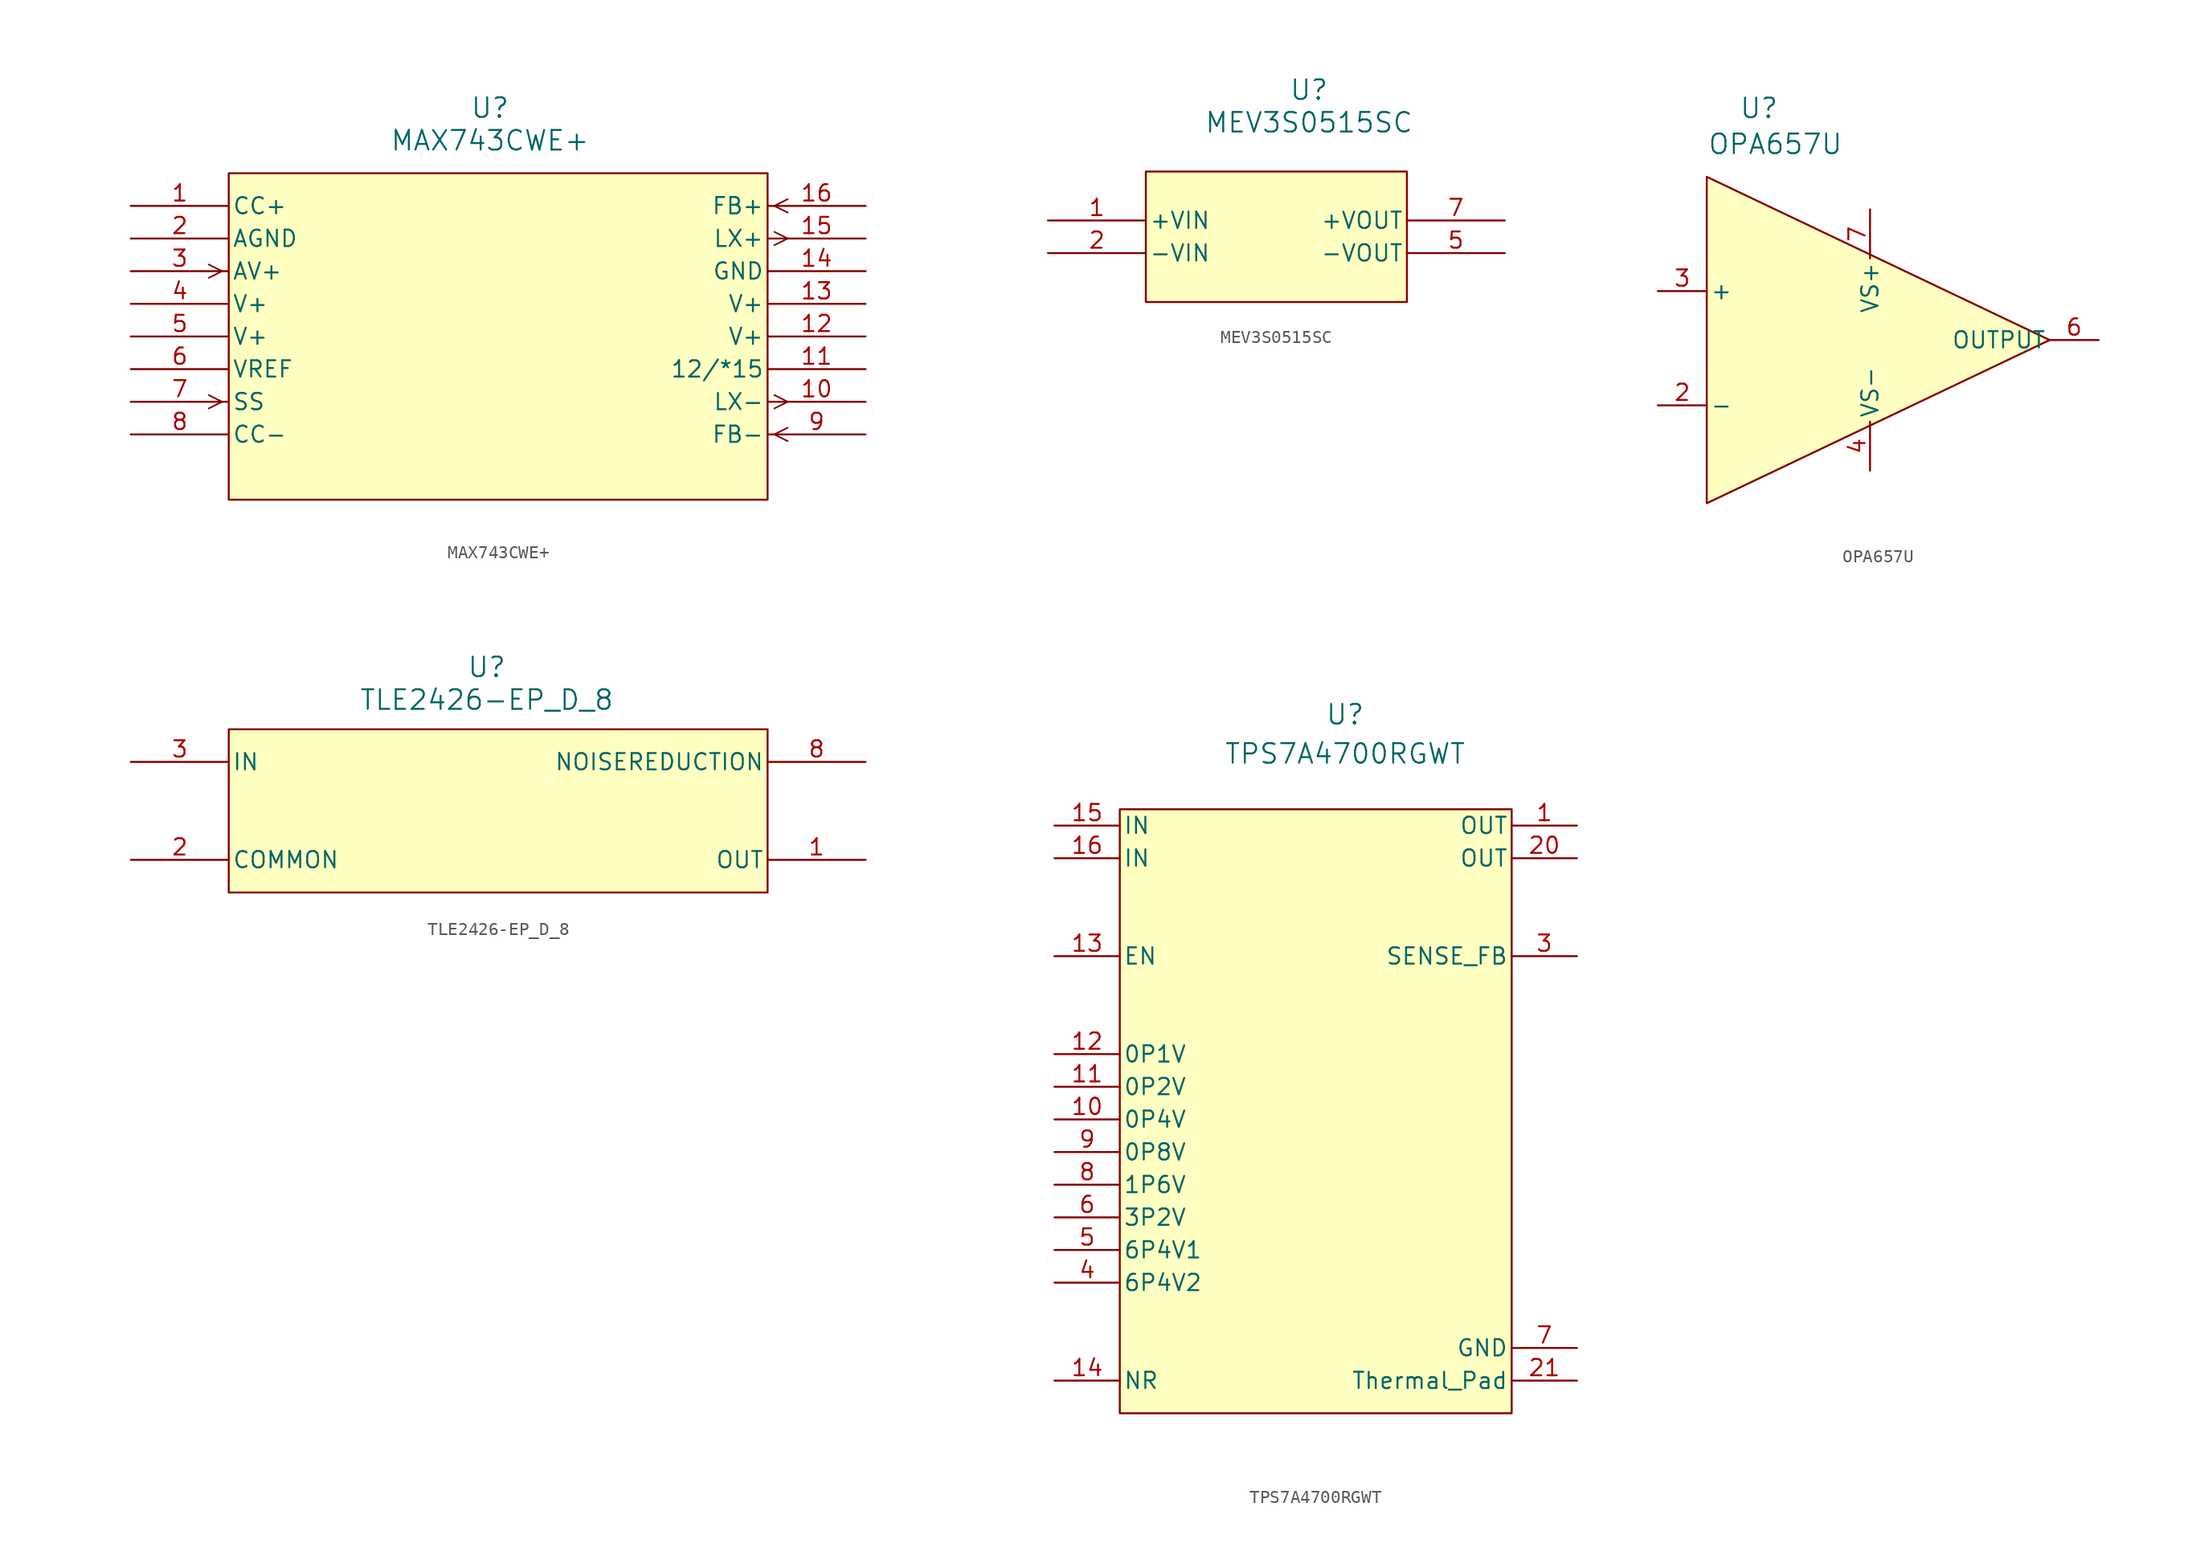
<source format=kicad_sym>
(kicad_symbol_lib
  (version 20241209)
  (generator "kicad_symbol_editor")
  (generator_version "9.0")
  (symbol "MAX743CWE+"
    (pin_names
      (offset 0.254))
    (property "Reference" "U"
      (at 58.42 33.02 0)
      (effects (font (size 1.524 1.524))))
    (property "Value" "MAX743CWE+"
      (at 58.42 30.48 0)
      (effects (font (size 1.524 1.524))))
    (property "ki_locked" ""
      (at 0 0 0)
      (effects (font (size 1.27 1.27))))
    (symbol "MAX743CWE+_0_1"
      (polyline (pts (xy 37.579 20.32) (xy 36.538 20.841)) (stroke (width 0.127) (type default)) (fill (type none)))
      (polyline (pts (xy 37.579 20.32) (xy 36.538 19.799)) (stroke (width 0.127) (type default)) (fill (type none)))
      (polyline (pts (xy 37.579 10.16) (xy 36.538 10.681)) (stroke (width 0.127) (type default)) (fill (type none)))
      (polyline (pts (xy 37.579 10.16) (xy 36.538 9.639)) (stroke (width 0.127) (type default)) (fill (type none)))
      (polyline (pts (xy 80.531 25.4) (xy 81.572 25.921)) (stroke (width 0.127) (type default)) (fill (type none)))
      (polyline (pts (xy 80.531 25.4) (xy 81.572 24.879)) (stroke (width 0.127) (type default)) (fill (type none)))
      (polyline (pts (xy 80.531 23.381) (xy 81.572 22.86)) (stroke (width 0.127) (type default)) (fill (type none)))
      (polyline (pts (xy 80.531 22.339) (xy 81.572 22.86)) (stroke (width 0.127) (type default)) (fill (type none)))
      (polyline (pts (xy 80.531 10.681) (xy 81.572 10.16)) (stroke (width 0.127) (type default)) (fill (type none)))
      (polyline (pts (xy 80.531 9.639) (xy 81.572 10.16)) (stroke (width 0.127) (type default)) (fill (type none)))
      (polyline (pts (xy 80.531 7.62) (xy 81.572 8.141)) (stroke (width 0.127) (type default)) (fill (type none)))
      (polyline (pts (xy 80.531 7.62) (xy 81.572 7.099)) (stroke (width 0.127) (type default)) (fill (type none)))
      (pin unspecified line (at 30.48 25.4 0) (length 7.62) (name "CC+" (effects (font (size 1.27 1.27)))) (number "1" (effects (font (size 1.27 1.27)))))
      (pin power_in line (at 30.48 22.86 0) (length 7.62) (name "AGND" (effects (font (size 1.27 1.27)))) (number "2" (effects (font (size 1.27 1.27)))))
      (pin input line (at 30.48 20.32 0) (length 7.62) (name "AV+" (effects (font (size 1.27 1.27)))) (number "3" (effects (font (size 1.27 1.27)))))
      (pin power_in line (at 30.48 17.78 0) (length 7.62) (name "V+" (effects (font (size 1.27 1.27)))) (number "4" (effects (font (size 1.27 1.27)))))
      (pin power_in line (at 30.48 15.24 0) (length 7.62) (name "V+" (effects (font (size 1.27 1.27)))) (number "5" (effects (font (size 1.27 1.27)))))
      (pin power_in line (at 30.48 12.7 0) (length 7.62) (name "VREF" (effects (font (size 1.27 1.27)))) (number "6" (effects (font (size 1.27 1.27)))))
      (pin input line (at 30.48 10.16 0) (length 7.62) (name "SS" (effects (font (size 1.27 1.27)))) (number "7" (effects (font (size 1.27 1.27)))))
      (pin unspecified line (at 30.48 7.62 0) (length 7.62) (name "CC-" (effects (font (size 1.27 1.27)))) (number "8" (effects (font (size 1.27 1.27)))))
      (pin input line (at 87.63 25.4 180) (length 7.62) (name "FB+" (effects (font (size 1.27 1.27)))) (number "16" (effects (font (size 1.27 1.27)))))
      (pin output line (at 87.63 22.86 180) (length 7.62) (name "LX+" (effects (font (size 1.27 1.27)))) (number "15" (effects (font (size 1.27 1.27)))))
      (pin power_in line (at 87.63 20.32 180) (length 7.62) (name "GND" (effects (font (size 1.27 1.27)))) (number "14" (effects (font (size 1.27 1.27)))))
      (pin power_in line (at 87.63 17.78 180) (length 7.62) (name "V+" (effects (font (size 1.27 1.27)))) (number "13" (effects (font (size 1.27 1.27)))))
      (pin power_in line (at 87.63 15.24 180) (length 7.62) (name "V+" (effects (font (size 1.27 1.27)))) (number "12" (effects (font (size 1.27 1.27)))))
      (pin unspecified line (at 87.63 12.7 180) (length 7.62) (name "12/*15" (effects (font (size 1.27 1.27)))) (number "11" (effects (font (size 1.27 1.27)))))
      (pin output line (at 87.63 10.16 180) (length 7.62) (name "LX-" (effects (font (size 1.27 1.27)))) (number "10" (effects (font (size 1.27 1.27)))))
      (pin input line (at 87.63 7.62 180) (length 7.62) (name "FB-" (effects (font (size 1.27 1.27)))) (number "9" (effects (font (size 1.27 1.27))))))
    (symbol "MAX743CWE+_1_1"
      (rectangle (start 38.1 27.94) (end 80.01 2.54) (stroke (width 0) (type solid)) (fill (type background)))))
  (symbol "MEV3S0515SC"
    (pin_names
      (offset 0.254))
    (property "Reference" "U"
      (at 20.32 10.16 0)
      (effects (font (size 1.524 1.524))))
    (property "Value" "MEV3S0515SC"
      (at 20.32 7.62 0)
      (effects (font (size 1.524 1.524))))
    (property "ki_locked" ""
      (at 0 0 0)
      (effects (font (size 1.27 1.27))))
    (symbol "MEV3S0515SC_0_1"
      (pin power_in line (at 0 0 0) (length 7.62) (name "+VIN" (effects (font (size 1.27 1.27)))) (number "1" (effects (font (size 1.27 1.27)))))
      (pin power_in line (at 0 -2.54 0) (length 7.62) (name "-VIN" (effects (font (size 1.27 1.27)))) (number "2" (effects (font (size 1.27 1.27)))))
      (pin power_in line (at 35.56 0 180) (length 7.62) (name "+VOUT" (effects (font (size 1.27 1.27)))) (number "7" (effects (font (size 1.27 1.27)))))
      (pin power_in line (at 35.56 -2.54 180) (length 7.62) (name "-VOUT" (effects (font (size 1.27 1.27)))) (number "5" (effects (font (size 1.27 1.27))))))
    (symbol "MEV3S0515SC_1_1"
      (rectangle (start 7.62 3.81) (end 27.94 -6.35) (stroke (width 0) (type solid)) (fill (type background)))))
  (symbol "OPA657U"
    (pin_names
      (offset 0.254))
    (property "Reference" "U"
      (at 67.564 33.274 0)
      (effects (font (size 1.524 1.524))))
    (property "Value" "OPA657U"
      (at 68.834 30.48 0)
      (effects (font (size 1.524 1.524))))
    (symbol "OPA657U_1_1"
      (polyline (pts (xy 63.5 27.94) (xy 63.5 2.54) (xy 90.17 15.24) (xy 63.5 27.94)) (stroke (width 0) (type solid)) (fill (type background)))
      (pin input line (at 59.69 19.05 0) (length 3.81) (name "+" (effects (font (size 1.27 1.27)))) (number "3" (effects (font (size 1.27 1.27)))))
      (pin input line (at 59.69 10.16 0) (length 3.81) (name "-" (effects (font (size 1.27 1.27)))) (number "2" (effects (font (size 1.27 1.27)))))
      (pin no_connect line (at 60.96 22.86 0) (length 2.54) (hide yes) (name "NC" (effects (font (size 1.27 1.27)))) (number "8" (effects (font (size 1.27 1.27)))))
      (pin no_connect line (at 60.96 15.24 0) (length 2.54) (hide yes) (name "NC" (effects (font (size 1.27 1.27)))) (number "5" (effects (font (size 1.27 1.27)))))
      (pin no_connect line (at 60.96 6.35 0) (length 2.54) (hide yes) (name "NC" (effects (font (size 1.27 1.27)))) (number "1" (effects (font (size 1.27 1.27)))))
      (pin power_in line (at 76.2 25.4 270) (length 3.81) (name "VS+" (effects (font (size 1.27 1.27)))) (number "7" (effects (font (size 1.27 1.27)))))
      (pin power_in line (at 76.2 5.08 90) (length 3.81) (name "VS-" (effects (font (size 1.27 1.27)))) (number "4" (effects (font (size 1.27 1.27)))))
      (pin output line (at 93.98 15.24 180) (length 3.81) (name "OUTPUT" (effects (font (size 1.27 1.27)))) (number "6" (effects (font (size 1.27 1.27)))))))
  (symbol "TLE2426-EP_D_8"
    (pin_names
      (offset 0.254))
    (property "Reference" "U"
      (at 64.516 12.446 0)
      (effects (font (size 1.524 1.524))))
    (property "Value" "TLE2426-EP_D_8"
      (at 64.516 9.906 0)
      (effects (font (size 1.524 1.524))))
    (property "ki_locked" ""
      (at 0 0 0)
      (effects (font (size 1.27 1.27))))
    (symbol "TLE2426-EP_D_8_0_1"
      (pin input line (at 36.83 5.08 0) (length 7.62) (name "IN" (effects (font (size 1.27 1.27)))) (number "3" (effects (font (size 1.27 1.27)))))
      (pin unspecified line (at 36.83 -2.54 0) (length 7.62) (name "COMMON" (effects (font (size 1.27 1.27)))) (number "2" (effects (font (size 1.27 1.27)))))
      (pin unspecified line (at 93.98 5.08 180) (length 7.62) (name "NOISEREDUCTION" (effects (font (size 1.27 1.27)))) (number "8" (effects (font (size 1.27 1.27)))))
      (pin output line (at 93.98 -2.54 180) (length 7.62) (name "OUT" (effects (font (size 1.27 1.27)))) (number "1" (effects (font (size 1.27 1.27))))))
    (symbol "TLE2426-EP_D_8_1_1"
      (rectangle (start 44.45 7.62) (end 86.36 -5.08) (stroke (width 0) (type solid)) (fill (type background)))
      (pin no_connect line (at 36.83 2.54 0) (length 7.62) (hide yes) (name "NC" (effects (font (size 1.27 1.27)))) (number "4" (effects (font (size 1.27 1.27)))))
      (pin unspecified line (at 36.83 0 0) (length 7.62) (hide yes) (name "NC" (effects (font (size 1.27 1.27)))) (number "5" (effects (font (size 1.27 1.27)))))
      (pin no_connect line (at 93.98 2.54 180) (length 7.62) (hide yes) (name "NC" (effects (font (size 1.27 1.27)))) (number "7" (effects (font (size 1.27 1.27)))))
      (pin no_connect line (at 93.98 0 180) (length 7.62) (hide yes) (name "NC" (effects (font (size 1.27 1.27)))) (number "6" (effects (font (size 1.27 1.27)))))))
  (symbol "TPS7A4700RGWT"
    (pin_names
      (offset 0.254))
    (property "Reference" "U"
      (at 63.246 -20.574 0)
      (effects (font (size 1.524 1.524))))
    (property "Value" "TPS7A4700RGWT"
      (at 63.246 -23.622 0)
      (effects (font (size 1.524 1.524))))
    (property "ki_locked" ""
      (at 0 0 0)
      (effects (font (size 1.27 1.27))))
    (symbol "TPS7A4700RGWT_0_1"
      (pin power_in line (at 40.64 -29.21 0) (length 5.08) (name "IN" (effects (font (size 1.27 1.27)))) (number "15" (effects (font (size 1.27 1.27)))))
      (pin power_in line (at 40.64 -31.75 0) (length 5.08) (name "IN" (effects (font (size 1.27 1.27)))) (number "16" (effects (font (size 1.27 1.27)))))
      (pin input line (at 40.64 -39.37 0) (length 5.08) (name "EN" (effects (font (size 1.27 1.27)))) (number "13" (effects (font (size 1.27 1.27)))))
      (pin unspecified line (at 40.64 -46.99 0) (length 5.08) (name "0P1V" (effects (font (size 1.27 1.27)))) (number "12" (effects (font (size 1.27 1.27)))))
      (pin unspecified line (at 40.64 -49.53 0) (length 5.08) (name "0P2V" (effects (font (size 1.27 1.27)))) (number "11" (effects (font (size 1.27 1.27)))))
      (pin unspecified line (at 40.64 -52.07 0) (length 5.08) (name "0P4V" (effects (font (size 1.27 1.27)))) (number "10" (effects (font (size 1.27 1.27)))))
      (pin unspecified line (at 40.64 -54.61 0) (length 5.08) (name "0P8V" (effects (font (size 1.27 1.27)))) (number "9" (effects (font (size 1.27 1.27)))))
      (pin unspecified line (at 40.64 -57.15 0) (length 5.08) (name "1P6V" (effects (font (size 1.27 1.27)))) (number "8" (effects (font (size 1.27 1.27)))))
      (pin unspecified line (at 40.64 -59.69 0) (length 5.08) (name "3P2V" (effects (font (size 1.27 1.27)))) (number "6" (effects (font (size 1.27 1.27)))))
      (pin unspecified line (at 40.64 -62.23 0) (length 5.08) (name "6P4V1" (effects (font (size 1.27 1.27)))) (number "5" (effects (font (size 1.27 1.27)))))
      (pin unspecified line (at 40.64 -64.77 0) (length 5.08) (name "6P4V2" (effects (font (size 1.27 1.27)))) (number "4" (effects (font (size 1.27 1.27)))))
      (pin unspecified line (at 40.64 -72.39 0) (length 5.08) (name "NR" (effects (font (size 1.27 1.27)))) (number "14" (effects (font (size 1.27 1.27)))))
      (pin power_in line (at 81.28 -29.21 180) (length 5.08) (name "OUT" (effects (font (size 1.27 1.27)))) (number "1" (effects (font (size 1.27 1.27)))))
      (pin power_in line (at 81.28 -31.75 180) (length 5.08) (name "OUT" (effects (font (size 1.27 1.27)))) (number "20" (effects (font (size 1.27 1.27)))))
      (pin unspecified line (at 81.28 -39.37 180) (length 5.08) (name "SENSE_FB" (effects (font (size 1.27 1.27)))) (number "3" (effects (font (size 1.27 1.27)))))
      (pin power_in line (at 81.28 -69.85 180) (length 5.08) (name "GND" (effects (font (size 1.27 1.27)))) (number "7" (effects (font (size 1.27 1.27)))))
      (pin power_in line (at 81.28 -72.39 180) (length 5.08) (name "Thermal_Pad" (effects (font (size 1.27 1.27)))) (number "21" (effects (font (size 1.27 1.27))))))
    (symbol "TPS7A4700RGWT_1_1"
      (rectangle (start 45.72 -27.94) (end 76.2 -74.93) (stroke (width 0) (type solid)) (fill (type background)))
      (pin no_connect line (at 81.28 -57.15 180) (length 5.08) (hide yes) (name "NC" (effects (font (size 1.27 1.27)))) (number "2" (effects (font (size 1.27 1.27)))))
      (pin no_connect line (at 81.28 -59.69 180) (length 5.08) (hide yes) (name "NC" (effects (font (size 1.27 1.27)))) (number "17" (effects (font (size 1.27 1.27)))))
      (pin no_connect line (at 81.28 -62.23 180) (length 5.08) (hide yes) (name "NC" (effects (font (size 1.27 1.27)))) (number "18" (effects (font (size 1.27 1.27)))))
      (pin no_connect line (at 81.28 -64.77 180) (length 5.08) (hide yes) (name "NC" (effects (font (size 1.27 1.27)))) (number "19" (effects (font (size 1.27 1.27))))))))
</source>
